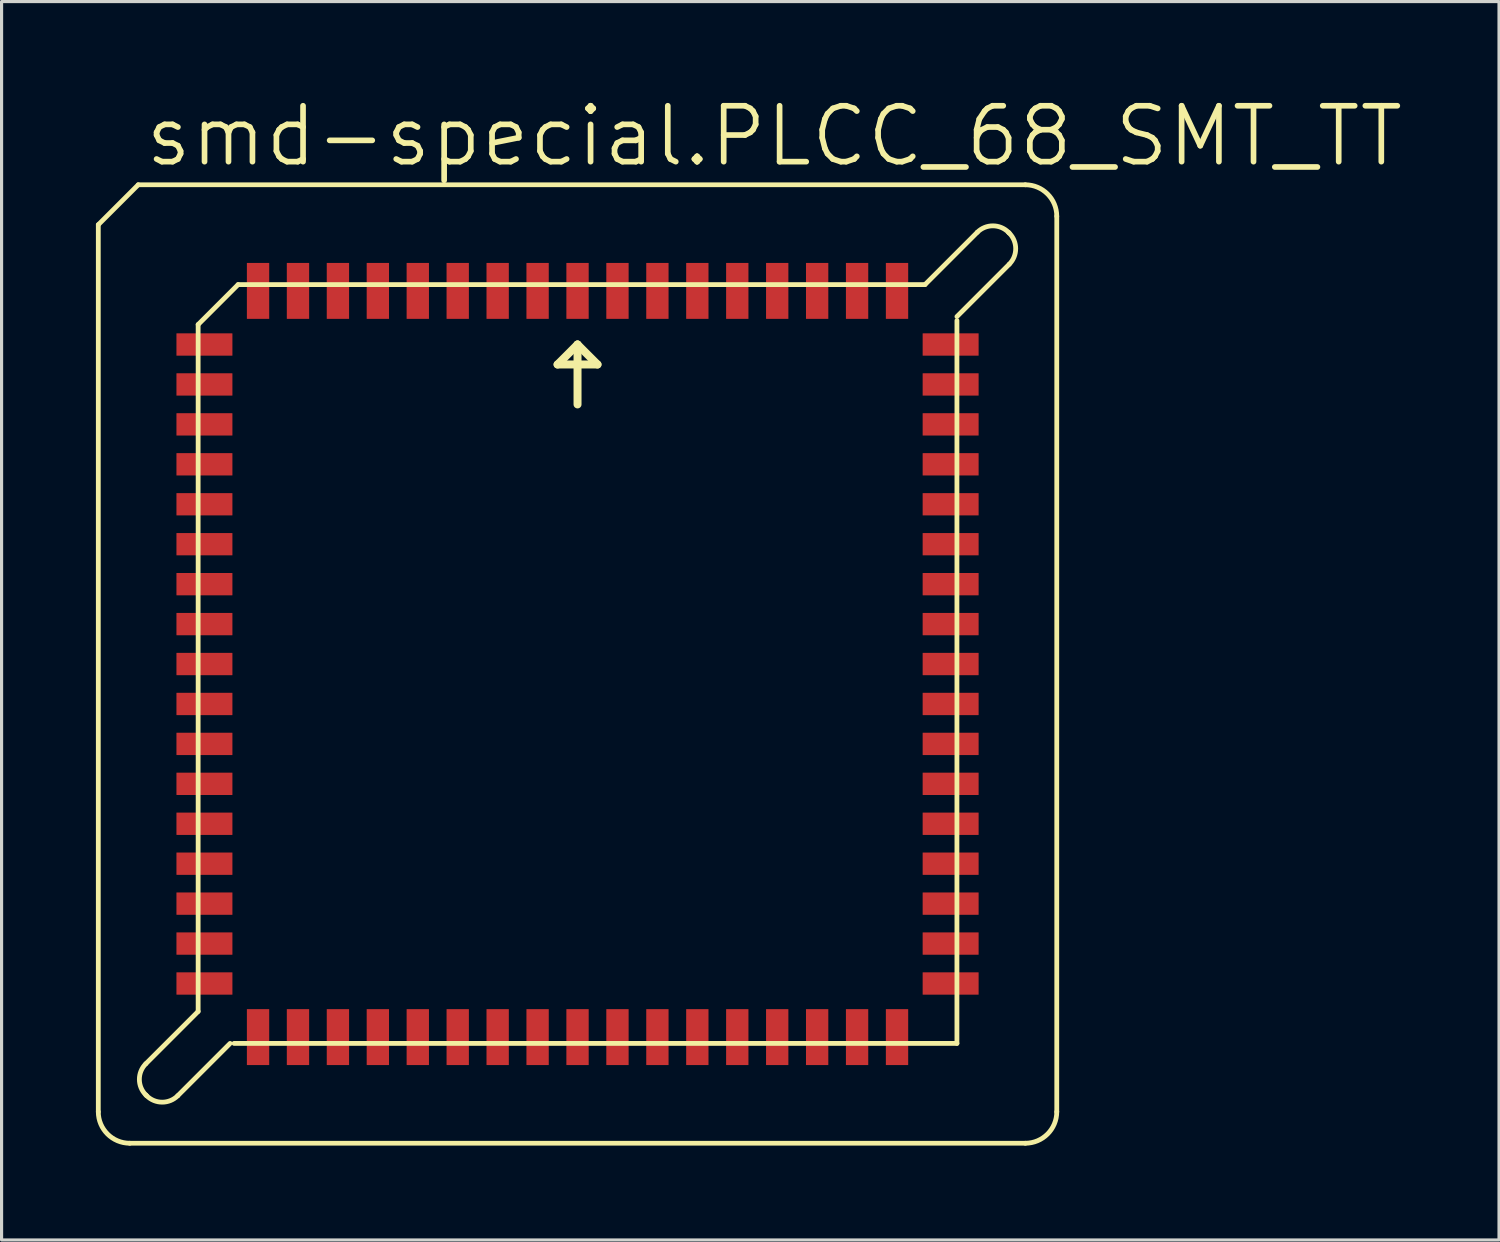
<source format=kicad_pcb>
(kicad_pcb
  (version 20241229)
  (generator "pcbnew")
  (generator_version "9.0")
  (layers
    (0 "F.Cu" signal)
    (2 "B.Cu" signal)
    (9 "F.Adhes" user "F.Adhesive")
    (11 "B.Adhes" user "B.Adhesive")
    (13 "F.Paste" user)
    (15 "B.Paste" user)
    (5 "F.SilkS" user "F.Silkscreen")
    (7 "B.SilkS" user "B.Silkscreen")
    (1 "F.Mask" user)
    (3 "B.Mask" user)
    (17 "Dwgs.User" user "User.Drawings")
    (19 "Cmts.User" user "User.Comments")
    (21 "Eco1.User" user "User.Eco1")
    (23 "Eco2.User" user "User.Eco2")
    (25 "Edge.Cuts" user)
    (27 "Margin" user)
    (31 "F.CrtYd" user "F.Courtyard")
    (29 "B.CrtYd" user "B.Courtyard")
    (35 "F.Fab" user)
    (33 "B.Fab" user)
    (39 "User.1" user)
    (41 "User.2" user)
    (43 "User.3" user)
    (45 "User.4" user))
  (footprint "smd-special.PLCC_68_SMT_TT"
    (layer "F.Cu")
    (at 15.316 18.066)
    (property "Reference" "smd-special.PLCC_68_SMT_TT" (at -13.843 -15.748 0) (layer "F.SilkS") (effects (font (size 1.778 1.778) (thickness 0.18)) (justify left bottom)))
    (attr smd)
    (fp_line (start -15.24 14.24) (end -15.24 -13.97) (stroke (width 0.152) (type default)) (layer "F.SilkS"))
    (fp_line (start -14.24 15.24) (end 14.24 15.24) (stroke (width 0.152) (type default)) (layer "F.SilkS"))
    (fp_line (start -13.97 -15.24) (end -15.24 -13.97) (stroke (width 0.152) (type default)) (layer "F.SilkS"))
    (fp_line (start -13.729 12.713) (end -12.065 11.049) (stroke (width 0.152) (type default)) (layer "F.SilkS"))
    (fp_line (start -13.703 13.729) (end -13.729 13.703) (stroke (width 0.152) (type default)) (layer "F.SilkS"))
    (fp_line (start -12.065 -10.795) (end -10.795 -12.065) (stroke (width 0.152) (type default)) (layer "F.SilkS"))
    (fp_line (start -12.065 11.049) (end -12.065 -10.795) (stroke (width 0.152) (type default)) (layer "F.SilkS"))
    (fp_line (start -11.049 12.065) (end -12.713 13.729) (stroke (width 0.152) (type default)) (layer "F.SilkS"))
    (fp_line (start -10.922 12.065) (end 12.065 12.065) (stroke (width 0.152) (type default)) (layer "F.SilkS"))
    (fp_line (start -0.635 -9.525) (end 0 -10.16) (stroke (width 0.254) (type default)) (layer "F.SilkS"))
    (fp_line (start 0 -10.16) (end 0 -8.255) (stroke (width 0.254) (type default)) (layer "F.SilkS"))
    (fp_line (start 0 -10.16) (end 0.635 -9.525) (stroke (width 0.254) (type default)) (layer "F.SilkS"))
    (fp_line (start 0.635 -9.525) (end -0.635 -9.525) (stroke (width 0.254) (type default)) (layer "F.SilkS"))
    (fp_line (start 11.049 -12.065) (end -10.795 -12.065) (stroke (width 0.152) (type default)) (layer "F.SilkS"))
    (fp_line (start 12.065 -11.049) (end 13.729 -12.713) (stroke (width 0.152) (type default)) (layer "F.SilkS"))
    (fp_line (start 12.065 12.065) (end 12.065 -10.922) (stroke (width 0.152) (type default)) (layer "F.SilkS"))
    (fp_line (start 12.713 -13.729) (end 11.049 -12.065) (stroke (width 0.152) (type default)) (layer "F.SilkS"))
    (fp_line (start 13.729 -13.703) (end 13.703 -13.729) (stroke (width 0.152) (type default)) (layer "F.SilkS"))
    (fp_line (start 14.24 -15.24) (end -13.97 -15.24) (stroke (width 0.152) (type default)) (layer "F.SilkS"))
    (fp_line (start 15.24 14.24) (end 15.24 -14.24) (stroke (width 0.152) (type default)) (layer "F.SilkS"))
    (fp_arc (start -14.24 15.24) (mid -14.947107 14.947107) (end -15.24 14.24) (stroke (width 0.1524) (type default)) (layer "F.SilkS"))
    (fp_arc (start -13.729 13.703) (mid -13.934036 13.208) (end -13.729 12.713) (stroke (width 0.1524) (type default)) (layer "F.SilkS"))
    (fp_arc (start -12.713 13.729) (mid -13.208 13.934036) (end -13.703 13.729) (stroke (width 0.1524) (type default)) (layer "F.SilkS"))
    (fp_arc (start 12.713 -13.729) (mid 13.208 -13.934036) (end 13.703 -13.729) (stroke (width 0.1524) (type default)) (layer "F.SilkS"))
    (fp_arc (start 13.729 -13.703) (mid 13.934036 -13.208) (end 13.729 -12.713) (stroke (width 0.1524) (type default)) (layer "F.SilkS"))
    (fp_arc (start 14.24 -15.24) (mid 14.947107 -14.947107) (end 15.24 -14.24) (stroke (width 0.1524) (type default)) (layer "F.SilkS"))
    (fp_arc (start 15.24 14.24) (mid 14.947107 14.947107) (end 14.24 15.24) (stroke (width 0.1524) (type default)) (layer "F.SilkS"))
    (pad "1" smd roundrect (at 0 -11.865) (size 0.71 1.78) (layers "F.Cu" "F.Mask" "F.Paste") (roundrect_rratio 0.01))
    (pad "2" smd roundrect (at -1.27 -11.865) (size 0.71 1.78) (layers "F.Cu" "F.Mask" "F.Paste") (roundrect_rratio 0.01))
    (pad "3" smd roundrect (at -2.54 -11.865) (size 0.71 1.78) (layers "F.Cu" "F.Mask" "F.Paste") (roundrect_rratio 0.01))
    (pad "4" smd roundrect (at -3.81 -11.865) (size 0.71 1.78) (layers "F.Cu" "F.Mask" "F.Paste") (roundrect_rratio 0.01))
    (pad "5" smd roundrect (at -5.08 -11.865) (size 0.71 1.78) (layers "F.Cu" "F.Mask" "F.Paste") (roundrect_rratio 0.01))
    (pad "6" smd roundrect (at -6.35 -11.865) (size 0.71 1.78) (layers "F.Cu" "F.Mask" "F.Paste") (roundrect_rratio 0.01))
    (pad "7" smd roundrect (at -7.62 -11.865) (size 0.71 1.78) (layers "F.Cu" "F.Mask" "F.Paste") (roundrect_rratio 0.01))
    (pad "8" smd roundrect (at -8.89 -11.865) (size 0.71 1.78) (layers "F.Cu" "F.Mask" "F.Paste") (roundrect_rratio 0.01))
    (pad "9" smd roundrect (at -10.16 -11.865) (size 0.71 1.78) (layers "F.Cu" "F.Mask" "F.Paste") (roundrect_rratio 0.01))
    (pad "10" smd roundrect (at -11.865 -10.16) (size 1.78 0.71) (layers "F.Cu" "F.Mask" "F.Paste") (roundrect_rratio 0.01))
    (pad "11" smd roundrect (at -11.865 -8.89) (size 1.78 0.71) (layers "F.Cu" "F.Mask" "F.Paste") (roundrect_rratio 0.01))
    (pad "12" smd roundrect (at -11.865 -7.62) (size 1.78 0.71) (layers "F.Cu" "F.Mask" "F.Paste") (roundrect_rratio 0.01))
    (pad "13" smd roundrect (at -11.865 -6.35) (size 1.78 0.71) (layers "F.Cu" "F.Mask" "F.Paste") (roundrect_rratio 0.01))
    (pad "14" smd roundrect (at -11.865 -5.08) (size 1.78 0.71) (layers "F.Cu" "F.Mask" "F.Paste") (roundrect_rratio 0.01))
    (pad "15" smd roundrect (at -11.865 -3.81) (size 1.78 0.71) (layers "F.Cu" "F.Mask" "F.Paste") (roundrect_rratio 0.01))
    (pad "16" smd roundrect (at -11.865 -2.54) (size 1.78 0.71) (layers "F.Cu" "F.Mask" "F.Paste") (roundrect_rratio 0.01))
    (pad "17" smd roundrect (at -11.865 -1.27) (size 1.78 0.71) (layers "F.Cu" "F.Mask" "F.Paste") (roundrect_rratio 0.01))
    (pad "18" smd roundrect (at -11.865 0) (size 1.78 0.71) (layers "F.Cu" "F.Mask" "F.Paste") (roundrect_rratio 0.01))
    (pad "19" smd roundrect (at -11.865 1.27) (size 1.78 0.71) (layers "F.Cu" "F.Mask" "F.Paste") (roundrect_rratio 0.01))
    (pad "20" smd roundrect (at -11.865 2.54) (size 1.78 0.71) (layers "F.Cu" "F.Mask" "F.Paste") (roundrect_rratio 0.01))
    (pad "21" smd roundrect (at -11.865 3.81) (size 1.78 0.71) (layers "F.Cu" "F.Mask" "F.Paste") (roundrect_rratio 0.01))
    (pad "22" smd roundrect (at -11.865 5.08) (size 1.78 0.71) (layers "F.Cu" "F.Mask" "F.Paste") (roundrect_rratio 0.01))
    (pad "23" smd roundrect (at -11.865 6.35) (size 1.78 0.71) (layers "F.Cu" "F.Mask" "F.Paste") (roundrect_rratio 0.01))
    (pad "24" smd roundrect (at -11.865 7.62) (size 1.78 0.71) (layers "F.Cu" "F.Mask" "F.Paste") (roundrect_rratio 0.01))
    (pad "25" smd roundrect (at -11.865 8.89) (size 1.78 0.71) (layers "F.Cu" "F.Mask" "F.Paste") (roundrect_rratio 0.01))
    (pad "26" smd roundrect (at -11.865 10.16) (size 1.78 0.71) (layers "F.Cu" "F.Mask" "F.Paste") (roundrect_rratio 0.01))
    (pad "27" smd roundrect (at -10.16 11.865) (size 0.71 1.78) (layers "F.Cu" "F.Mask" "F.Paste") (roundrect_rratio 0.01))
    (pad "28" smd roundrect (at -8.89 11.865) (size 0.71 1.78) (layers "F.Cu" "F.Mask" "F.Paste") (roundrect_rratio 0.01))
    (pad "29" smd roundrect (at -7.62 11.865) (size 0.71 1.78) (layers "F.Cu" "F.Mask" "F.Paste") (roundrect_rratio 0.01))
    (pad "30" smd roundrect (at -6.35 11.865) (size 0.71 1.78) (layers "F.Cu" "F.Mask" "F.Paste") (roundrect_rratio 0.01))
    (pad "31" smd roundrect (at -5.08 11.865) (size 0.71 1.78) (layers "F.Cu" "F.Mask" "F.Paste") (roundrect_rratio 0.01))
    (pad "32" smd roundrect (at -3.81 11.865) (size 0.71 1.78) (layers "F.Cu" "F.Mask" "F.Paste") (roundrect_rratio 0.01))
    (pad "33" smd roundrect (at -2.54 11.865) (size 0.71 1.78) (layers "F.Cu" "F.Mask" "F.Paste") (roundrect_rratio 0.01))
    (pad "34" smd roundrect (at -1.27 11.865) (size 0.71 1.78) (layers "F.Cu" "F.Mask" "F.Paste") (roundrect_rratio 0.01))
    (pad "35" smd roundrect (at 0 11.865) (size 0.71 1.78) (layers "F.Cu" "F.Mask" "F.Paste") (roundrect_rratio 0.01))
    (pad "36" smd roundrect (at 1.27 11.865) (size 0.71 1.78) (layers "F.Cu" "F.Mask" "F.Paste") (roundrect_rratio 0.01))
    (pad "37" smd roundrect (at 2.54 11.865) (size 0.71 1.78) (layers "F.Cu" "F.Mask" "F.Paste") (roundrect_rratio 0.01))
    (pad "38" smd roundrect (at 3.81 11.865) (size 0.71 1.78) (layers "F.Cu" "F.Mask" "F.Paste") (roundrect_rratio 0.01))
    (pad "39" smd roundrect (at 5.08 11.865) (size 0.71 1.78) (layers "F.Cu" "F.Mask" "F.Paste") (roundrect_rratio 0.01))
    (pad "40" smd roundrect (at 6.35 11.865) (size 0.71 1.78) (layers "F.Cu" "F.Mask" "F.Paste") (roundrect_rratio 0.01))
    (pad "41" smd roundrect (at 7.62 11.865) (size 0.71 1.78) (layers "F.Cu" "F.Mask" "F.Paste") (roundrect_rratio 0.01))
    (pad "42" smd roundrect (at 8.89 11.865) (size 0.71 1.78) (layers "F.Cu" "F.Mask" "F.Paste") (roundrect_rratio 0.01))
    (pad "43" smd roundrect (at 10.16 11.865) (size 0.71 1.78) (layers "F.Cu" "F.Mask" "F.Paste") (roundrect_rratio 0.01))
    (pad "44" smd roundrect (at 11.865 10.16) (size 1.78 0.71) (layers "F.Cu" "F.Mask" "F.Paste") (roundrect_rratio 0.01))
    (pad "45" smd roundrect (at 11.865 8.89) (size 1.78 0.71) (layers "F.Cu" "F.Mask" "F.Paste") (roundrect_rratio 0.01))
    (pad "46" smd roundrect (at 11.865 7.62) (size 1.78 0.71) (layers "F.Cu" "F.Mask" "F.Paste") (roundrect_rratio 0.01))
    (pad "47" smd roundrect (at 11.865 6.35) (size 1.78 0.71) (layers "F.Cu" "F.Mask" "F.Paste") (roundrect_rratio 0.01))
    (pad "48" smd roundrect (at 11.865 5.08) (size 1.78 0.71) (layers "F.Cu" "F.Mask" "F.Paste") (roundrect_rratio 0.01))
    (pad "49" smd roundrect (at 11.865 3.81) (size 1.78 0.71) (layers "F.Cu" "F.Mask" "F.Paste") (roundrect_rratio 0.01))
    (pad "50" smd roundrect (at 11.865 2.54) (size 1.78 0.71) (layers "F.Cu" "F.Mask" "F.Paste") (roundrect_rratio 0.01))
    (pad "51" smd roundrect (at 11.865 1.27) (size 1.78 0.71) (layers "F.Cu" "F.Mask" "F.Paste") (roundrect_rratio 0.01))
    (pad "52" smd roundrect (at 11.865 0) (size 1.78 0.71) (layers "F.Cu" "F.Mask" "F.Paste") (roundrect_rratio 0.01))
    (pad "53" smd roundrect (at 11.865 -1.27) (size 1.78 0.71) (layers "F.Cu" "F.Mask" "F.Paste") (roundrect_rratio 0.01))
    (pad "54" smd roundrect (at 11.865 -2.54) (size 1.78 0.71) (layers "F.Cu" "F.Mask" "F.Paste") (roundrect_rratio 0.01))
    (pad "55" smd roundrect (at 11.865 -3.81) (size 1.78 0.71) (layers "F.Cu" "F.Mask" "F.Paste") (roundrect_rratio 0.01))
    (pad "56" smd roundrect (at 11.865 -5.08) (size 1.78 0.71) (layers "F.Cu" "F.Mask" "F.Paste") (roundrect_rratio 0.01))
    (pad "57" smd roundrect (at 11.865 -6.35) (size 1.78 0.71) (layers "F.Cu" "F.Mask" "F.Paste") (roundrect_rratio 0.01))
    (pad "58" smd roundrect (at 11.865 -7.62) (size 1.78 0.71) (layers "F.Cu" "F.Mask" "F.Paste") (roundrect_rratio 0.01))
    (pad "59" smd roundrect (at 11.865 -8.89) (size 1.78 0.71) (layers "F.Cu" "F.Mask" "F.Paste") (roundrect_rratio 0.01))
    (pad "60" smd roundrect (at 11.865 -10.16) (size 1.78 0.71) (layers "F.Cu" "F.Mask" "F.Paste") (roundrect_rratio 0.01))
    (pad "61" smd roundrect (at 10.16 -11.865) (size 0.71 1.78) (layers "F.Cu" "F.Mask" "F.Paste") (roundrect_rratio 0.01))
    (pad "62" smd roundrect (at 8.89 -11.865) (size 0.71 1.78) (layers "F.Cu" "F.Mask" "F.Paste") (roundrect_rratio 0.01))
    (pad "63" smd roundrect (at 7.62 -11.865) (size 0.71 1.78) (layers "F.Cu" "F.Mask" "F.Paste") (roundrect_rratio 0.01))
    (pad "64" smd roundrect (at 6.35 -11.865) (size 0.71 1.78) (layers "F.Cu" "F.Mask" "F.Paste") (roundrect_rratio 0.01))
    (pad "65" smd roundrect (at 5.08 -11.865) (size 0.71 1.78) (layers "F.Cu" "F.Mask" "F.Paste") (roundrect_rratio 0.01))
    (pad "66" smd roundrect (at 3.81 -11.865) (size 0.71 1.78) (layers "F.Cu" "F.Mask" "F.Paste") (roundrect_rratio 0.01))
    (pad "67" smd roundrect (at 2.54 -11.865) (size 0.71 1.78) (layers "F.Cu" "F.Mask" "F.Paste") (roundrect_rratio 0.01))
    (pad "68" smd roundrect (at 1.27 -11.865) (size 0.71 1.78) (layers "F.Cu" "F.Mask" "F.Paste") (roundrect_rratio 0.01)))
  (gr_rect
    (start -3 -3)
    (end 44.62 36.382)
    (stroke (width 0.1) (type default))
    (fill no)
    (layer "Edge.Cuts")))
</source>
